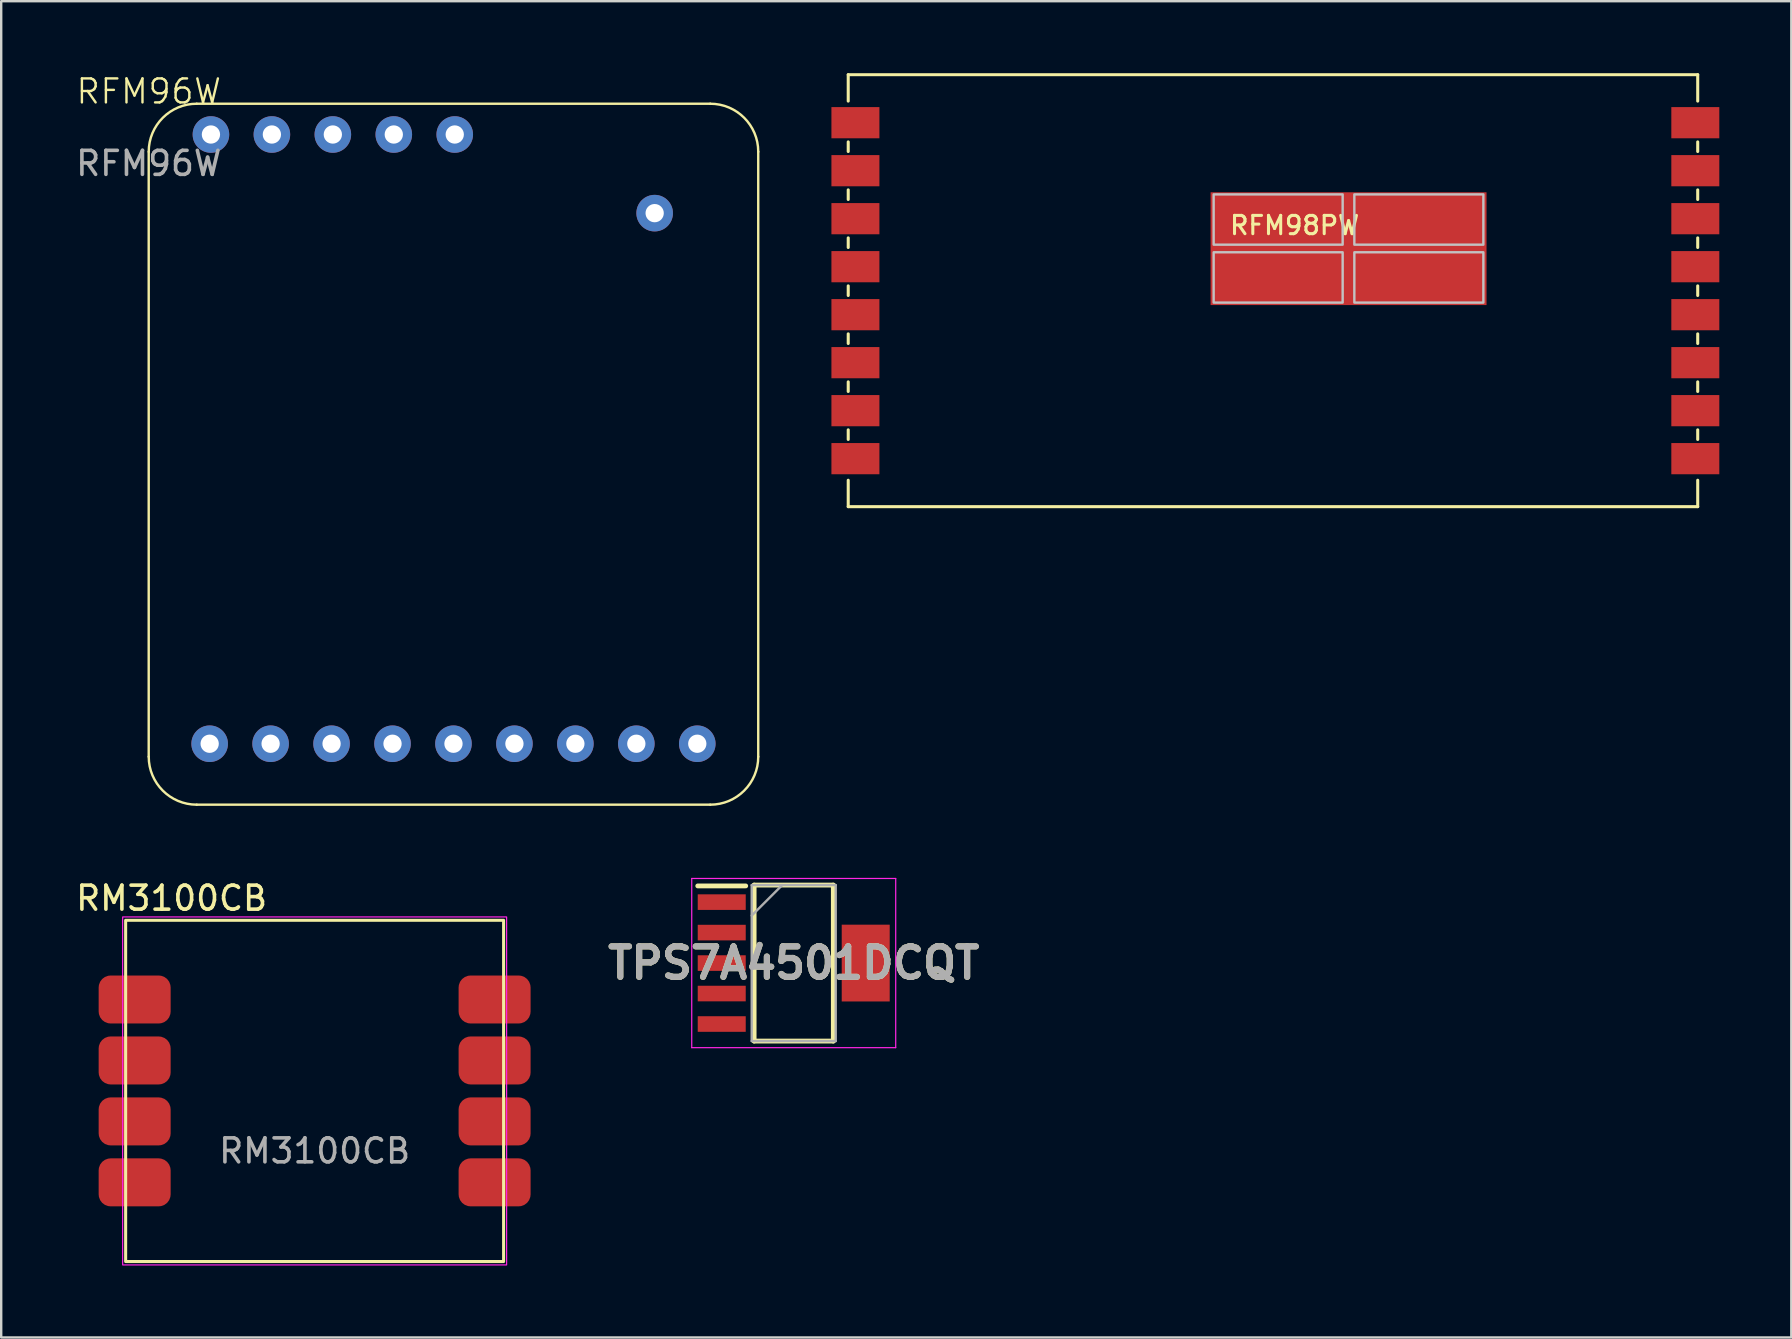
<source format=kicad_pcb>
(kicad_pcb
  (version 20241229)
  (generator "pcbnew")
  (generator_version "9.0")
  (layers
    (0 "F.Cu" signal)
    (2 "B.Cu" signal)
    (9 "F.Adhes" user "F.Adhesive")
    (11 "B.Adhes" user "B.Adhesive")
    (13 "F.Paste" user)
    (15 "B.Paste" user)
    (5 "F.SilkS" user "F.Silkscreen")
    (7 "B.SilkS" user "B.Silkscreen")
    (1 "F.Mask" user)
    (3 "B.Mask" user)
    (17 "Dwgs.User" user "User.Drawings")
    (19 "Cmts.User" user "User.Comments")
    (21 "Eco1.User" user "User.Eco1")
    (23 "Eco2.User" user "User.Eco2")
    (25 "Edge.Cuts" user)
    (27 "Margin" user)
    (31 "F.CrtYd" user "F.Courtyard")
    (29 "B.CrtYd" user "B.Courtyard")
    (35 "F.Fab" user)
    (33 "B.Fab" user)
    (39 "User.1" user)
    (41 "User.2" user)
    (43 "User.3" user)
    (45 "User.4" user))
  (footprint "RFM96W"
    (layer "F.Cu")
    (at 3.149 1.26)
    (property "Reference" "RFM96W" (at 0 -0.5 0) (unlocked yes) (layer "F.SilkS") (effects (font (size 1 1) (thickness 0.1))))
    (attr smd)
    (fp_line (start -0.002 27.223) (end -0.002 2.013) (stroke (width 0.1) (type default)) (layer "F.SilkS"))
    (fp_line (start 1.998 0.013) (end 23.398 0.013) (stroke (width 0.1) (type default)) (layer "F.SilkS"))
    (fp_line (start 23.398 29.223) (end 1.998 29.223) (stroke (width 0.1) (type default)) (layer "F.SilkS"))
    (fp_line (start 25.398 2.013) (end 25.398 27.223) (stroke (width 0.1) (type default)) (layer "F.SilkS"))
    (fp_arc (start -0.001533 2.012724) (mid 0.584253 0.59851) (end 1.998467 0.012724) (stroke (width 0.1) (type default)) (layer "F.SilkS"))
    (fp_arc (start 1.998467 29.222724) (mid 0.584253 28.636938) (end -0.001533 27.222724) (stroke (width 0.1) (type default)) (layer "F.SilkS"))
    (fp_arc (start 23.398467 0.012724) (mid 24.812681 0.59851) (end 25.398467 2.012724) (stroke (width 0.1) (type default)) (layer "F.SilkS"))
    (fp_arc (start 25.398467 27.222724) (mid 24.812681 28.636938) (end 23.398467 29.222724) (stroke (width 0.1) (type default)) (layer "F.SilkS"))
    (fp_text user "${REFERENCE}" (at 0 2.5 0) (unlocked yes) (layer "F.Fab") (effects (font (size 1 1) (thickness 0.15))))
    (pad "1" thru_hole circle (at 2.538 26.683) (size 1.524 1.524) (drill 0.762) (layers "*.Cu" "*.Mask"))
    (pad "2" thru_hole circle (at 5.078 26.683) (size 1.524 1.524) (drill 0.762) (layers "*.Cu" "*.Mask"))
    (pad "3" thru_hole circle (at 7.618 26.683) (size 1.524 1.524) (drill 0.762) (layers "*.Cu" "*.Mask"))
    (pad "4" thru_hole circle (at 10.158 26.683) (size 1.524 1.524) (drill 0.762) (layers "*.Cu" "*.Mask"))
    (pad "5" thru_hole circle (at 12.698 26.683) (size 1.524 1.524) (drill 0.762) (layers "*.Cu" "*.Mask"))
    (pad "6" thru_hole circle (at 15.238 26.683) (size 1.524 1.524) (drill 0.762) (layers "*.Cu" "*.Mask"))
    (pad "7" thru_hole circle (at 17.778 26.683) (size 1.524 1.524) (drill 0.762) (layers "*.Cu" "*.Mask"))
    (pad "8" thru_hole circle (at 20.318 26.683) (size 1.524 1.524) (drill 0.762) (layers "*.Cu" "*.Mask"))
    (pad "9" thru_hole circle (at 22.858 26.683) (size 1.524 1.524) (drill 0.762) (layers "*.Cu" "*.Mask"))
    (pad "10" thru_hole circle (at 2.591 1.295) (size 1.524 1.524) (drill 0.762) (layers "*.Cu" "*.Mask"))
    (pad "11" thru_hole circle (at 5.131 1.295) (size 1.524 1.524) (drill 0.762) (layers "*.Cu" "*.Mask"))
    (pad "12" thru_hole circle (at 7.671 1.295) (size 1.524 1.524) (drill 0.762) (layers "*.Cu" "*.Mask"))
    (pad "13" thru_hole circle (at 10.211 1.295) (size 1.524 1.524) (drill 0.762) (layers "*.Cu" "*.Mask"))
    (pad "14" thru_hole circle (at 12.751 1.295) (size 1.524 1.524) (drill 0.762) (layers "*.Cu" "*.Mask"))
    (pad "15" thru_hole circle (at 21.082 4.572) (size 1.524 1.524) (drill 0.762) (layers "*.Cu" "*.Mask")))
  (footprint "RM3100CB"
    (layer "F.Cu")
    (at 10.061 42.411)
    (property "Reference" "RM3100CB" (at -5.96 -8.03 0) (unlocked yes) (layer "F.SilkS") (effects (font (size 1 1) (thickness 0.15))))
    (attr smd)
    (fp_rect (start -7.875 -7.11) (end 7.875 7.11) (stroke (width 0.127) (type default)) (fill no) (layer "F.SilkS"))
    (fp_rect (start -8 -7.25) (end 8 7.25) (stroke (width 0.05) (type default)) (fill no) (layer "F.CrtYd"))
    (fp_text user "${REFERENCE}" (at 0 2.5 0) (unlocked yes) (layer "F.Fab") (effects (font (size 1 1) (thickness 0.15))))
    (pad "1" smd roundrect (at -7.5 -3.81) (size 3 2) (layers "F.Cu" "F.Mask" "F.Paste") (roundrect_rratio 0.25))
    (pad "2" smd roundrect (at -7.5 -1.27) (size 3 2) (layers "F.Cu" "F.Mask" "F.Paste") (roundrect_rratio 0.25))
    (pad "3" smd roundrect (at -7.5 1.27) (size 3 2) (layers "F.Cu" "F.Mask" "F.Paste") (roundrect_rratio 0.25))
    (pad "4" smd roundrect (at -7.5 3.81) (size 3 2) (layers "F.Cu" "F.Mask" "F.Paste") (roundrect_rratio 0.25))
    (pad "5" smd roundrect (at 7.5 -3.81) (size 3 2) (layers "F.Cu" "F.Mask" "F.Paste") (roundrect_rratio 0.25))
    (pad "6" smd roundrect (at 7.5 -1.27) (size 3 2) (layers "F.Cu" "F.Mask" "F.Paste") (roundrect_rratio 0.25))
    (pad "7" smd roundrect (at 7.5 1.27) (size 3 2) (layers "F.Cu" "F.Mask" "F.Paste") (roundrect_rratio 0.25))
    (pad "8" smd roundrect (at 7.5 3.81) (size 3 2) (layers "F.Cu" "F.Mask" "F.Paste") (roundrect_rratio 0.25)))
  (footprint "TPS7A4501DCQT"
    (layer "F.Cu")
    (at 30.026 37.083)
    (property "Reference" "TPS7A4501DCQT" (at 0 0 0) (layer "F.SilkS") (effects (font (size 1.27 1.27) (thickness 0.254))))
    (attr smd)
    (fp_line (start -4 -3.215) (end -2 -3.215) (stroke (width 0.2) (type solid)) (layer "F.SilkS"))
    (fp_line (start -1.65 -3.25) (end 1.65 -3.25) (stroke (width 0.2) (type solid)) (layer "F.SilkS"))
    (fp_line (start -1.65 3.25) (end -1.65 -3.25) (stroke (width 0.2) (type solid)) (layer "F.SilkS"))
    (fp_line (start 1.65 -3.25) (end 1.65 3.25) (stroke (width 0.2) (type solid)) (layer "F.SilkS"))
    (fp_line (start 1.65 3.25) (end -1.65 3.25) (stroke (width 0.2) (type solid)) (layer "F.SilkS"))
    (fp_line (start -4.25 -3.525) (end 4.25 -3.525) (stroke (width 0.05) (type solid)) (layer "F.CrtYd"))
    (fp_line (start -4.25 3.525) (end -4.25 -3.525) (stroke (width 0.05) (type solid)) (layer "F.CrtYd"))
    (fp_line (start 4.25 -3.525) (end 4.25 3.525) (stroke (width 0.05) (type solid)) (layer "F.CrtYd"))
    (fp_line (start 4.25 3.525) (end -4.25 3.525) (stroke (width 0.05) (type solid)) (layer "F.CrtYd"))
    (fp_line (start -1.75 -3.25) (end 1.75 -3.25) (stroke (width 0.1) (type solid)) (layer "F.Fab"))
    (fp_line (start -1.75 -1.98) (end -0.48 -3.25) (stroke (width 0.1) (type solid)) (layer "F.Fab"))
    (fp_line (start -1.75 3.25) (end -1.75 -3.25) (stroke (width 0.1) (type solid)) (layer "F.Fab"))
    (fp_line (start 1.75 -3.25) (end 1.75 3.25) (stroke (width 0.1) (type solid)) (layer "F.Fab"))
    (fp_line (start 1.75 3.25) (end -1.75 3.25) (stroke (width 0.1) (type solid)) (layer "F.Fab"))
    (fp_text user "${REFERENCE}" (at 0 0 0) (layer "F.Fab") (effects (font (size 1.27 1.27) (thickness 0.254))))
    (pad "1" smd rect (at -3 -2.54 90) (size 0.65 2) (layers "F.Cu" "F.Mask" "F.Paste"))
    (pad "2" smd rect (at -3 -1.27 90) (size 0.65 2) (layers "F.Cu" "F.Mask" "F.Paste"))
    (pad "3" smd rect (at -3 0 90) (size 0.65 2) (layers "F.Cu" "F.Mask" "F.Paste"))
    (pad "4" smd rect (at -3 1.27 90) (size 0.65 2) (layers "F.Cu" "F.Mask" "F.Paste"))
    (pad "5" smd rect (at -3 2.54 90) (size 0.65 2) (layers "F.Cu" "F.Mask" "F.Paste"))
    (pad "6" smd rect (at 3 0) (size 2 3.2) (layers "F.Cu" "F.Mask" "F.Paste")))
  (footprint "RFM98PW"
    (layer "F.Cu")
    (at 49.997 9.063)
    (property "Reference" "RFM98PW" (at -1.867 -3.167 180) (layer "F.SilkS") (effects (font (size 0.762 0.762) (thickness 0.127)) (justify left top)))
    (attr smd)
    (fp_line (start -17.7 -9) (end 17.7 -9) (stroke (width 0.127) (type solid)) (layer "F.SilkS"))
    (fp_line (start -17.7 -7.9) (end -17.7 -9) (stroke (width 0.127) (type solid)) (layer "F.SilkS"))
    (fp_line (start -17.7 -5.8) (end -17.7 -6.2) (stroke (width 0.127) (type solid)) (layer "F.SilkS"))
    (fp_line (start -17.7 -3.8) (end -17.7 -4.2) (stroke (width 0.127) (type solid)) (layer "F.SilkS"))
    (fp_line (start -17.7 -1.8) (end -17.7 -2.2) (stroke (width 0.127) (type solid)) (layer "F.SilkS"))
    (fp_line (start -17.7 0.2) (end -17.7 -0.2) (stroke (width 0.127) (type solid)) (layer "F.SilkS"))
    (fp_line (start -17.7 2.2) (end -17.7 1.8) (stroke (width 0.127) (type solid)) (layer "F.SilkS"))
    (fp_line (start -17.7 4.2) (end -17.7 3.8) (stroke (width 0.127) (type solid)) (layer "F.SilkS"))
    (fp_line (start -17.7 6.2) (end -17.7 5.8) (stroke (width 0.127) (type solid)) (layer "F.SilkS"))
    (fp_line (start -17.7 9) (end -17.7 7.9) (stroke (width 0.127) (type solid)) (layer "F.SilkS"))
    (fp_line (start -17.7 9) (end 17.7 9) (stroke (width 0.127) (type solid)) (layer "F.SilkS"))
    (fp_line (start 17.7 -7.9) (end 17.7 -9) (stroke (width 0.127) (type solid)) (layer "F.SilkS"))
    (fp_line (start 17.7 -5.8) (end 17.7 -6.2) (stroke (width 0.127) (type solid)) (layer "F.SilkS"))
    (fp_line (start 17.7 -3.8) (end 17.7 -4.2) (stroke (width 0.127) (type solid)) (layer "F.SilkS"))
    (fp_line (start 17.7 -1.8) (end 17.7 -2.2) (stroke (width 0.127) (type solid)) (layer "F.SilkS"))
    (fp_line (start 17.7 0.2) (end 17.7 -0.2) (stroke (width 0.127) (type solid)) (layer "F.SilkS"))
    (fp_line (start 17.7 2.2) (end 17.7 1.8) (stroke (width 0.127) (type solid)) (layer "F.SilkS"))
    (fp_line (start 17.7 4.2) (end 17.7 3.8) (stroke (width 0.127) (type solid)) (layer "F.SilkS"))
    (fp_line (start 17.7 6.2) (end 17.7 5.8) (stroke (width 0.127) (type solid)) (layer "F.SilkS"))
    (fp_line (start 17.7 9) (end 17.7 7.9) (stroke (width 0.127) (type solid)) (layer "F.SilkS"))
    (fp_poly (pts (xy 2.904 -1.917) (xy -2.472 -1.917) (xy -2.472 -4.013) (xy 2.904 -4.013)) (stroke (width 0.1) (type solid)) (fill no) (layer "Dwgs.User"))
    (fp_poly (pts (xy 2.904 0.496) (xy -2.472 0.496) (xy -2.472 -1.6) (xy 2.904 -1.6)) (stroke (width 0.1) (type solid)) (fill no) (layer "Dwgs.User"))
    (fp_poly (pts (xy 8.768 -1.917) (xy 3.391 -1.917) (xy 3.391 -4.013) (xy 8.768 -4.013)) (stroke (width 0.1) (type solid)) (fill no) (layer "Dwgs.User"))
    (fp_poly (pts (xy 8.768 0.496) (xy 3.391 0.496) (xy 3.391 -1.6) (xy 8.768 -1.6)) (stroke (width 0.1) (type solid)) (fill no) (layer "Dwgs.User"))
    (pad "1" smd rect (at 17.6 7) (size 2 1.3) (layers "F.Cu" "F.Mask" "F.Paste"))
    (pad "2" smd rect (at 17.6 5) (size 2 1.3) (layers "F.Cu" "F.Mask" "F.Paste"))
    (pad "3" smd rect (at 17.6 3) (size 2 1.3) (layers "F.Cu" "F.Mask" "F.Paste"))
    (pad "4" smd rect (at 17.6 1) (size 2 1.3) (layers "F.Cu" "F.Mask" "F.Paste"))
    (pad "5" smd rect (at 17.6 -1) (size 2 1.3) (layers "F.Cu" "F.Mask" "F.Paste"))
    (pad "6" smd rect (at 17.6 -3) (size 2 1.3) (layers "F.Cu" "F.Mask" "F.Paste"))
    (pad "7" smd rect (at 17.6 -5) (size 2 1.3) (layers "F.Cu" "F.Mask" "F.Paste"))
    (pad "8" smd rect (at 17.6 -7) (size 2 1.3) (layers "F.Cu" "F.Mask" "F.Paste"))
    (pad "9" smd rect (at -17.4 -7) (size 2 1.3) (layers "F.Cu" "F.Mask" "F.Paste"))
    (pad "10" smd rect (at -17.4 -5) (size 2 1.3) (layers "F.Cu" "F.Mask" "F.Paste"))
    (pad "11" smd rect (at -17.4 -3) (size 2 1.3) (layers "F.Cu" "F.Mask" "F.Paste"))
    (pad "12" smd rect (at -17.4 -1) (size 2 1.3) (layers "F.Cu" "F.Mask" "F.Paste"))
    (pad "13" smd rect (at -17.4 1) (size 2 1.3) (layers "F.Cu" "F.Mask" "F.Paste"))
    (pad "14" smd rect (at -17.4 3) (size 2 1.3) (layers "F.Cu" "F.Mask" "F.Paste"))
    (pad "15" smd rect (at -17.4 5) (size 2 1.3) (layers "F.Cu" "F.Mask" "F.Paste"))
    (pad "16" smd rect (at -17.4 7) (size 2 1.3) (layers "F.Cu" "F.Mask" "F.Paste"))
    (pad "17" smd rect (at 3.15 -1.75) (size 11.5 4.7) (layers "F.Cu" "F.Mask" "F.Paste")))
  (gr_rect
    (start -3 -3)
    (end 71.597 52.686)
    (stroke (width 0.1) (type default))
    (fill no)
    (layer "Edge.Cuts")))
</source>
